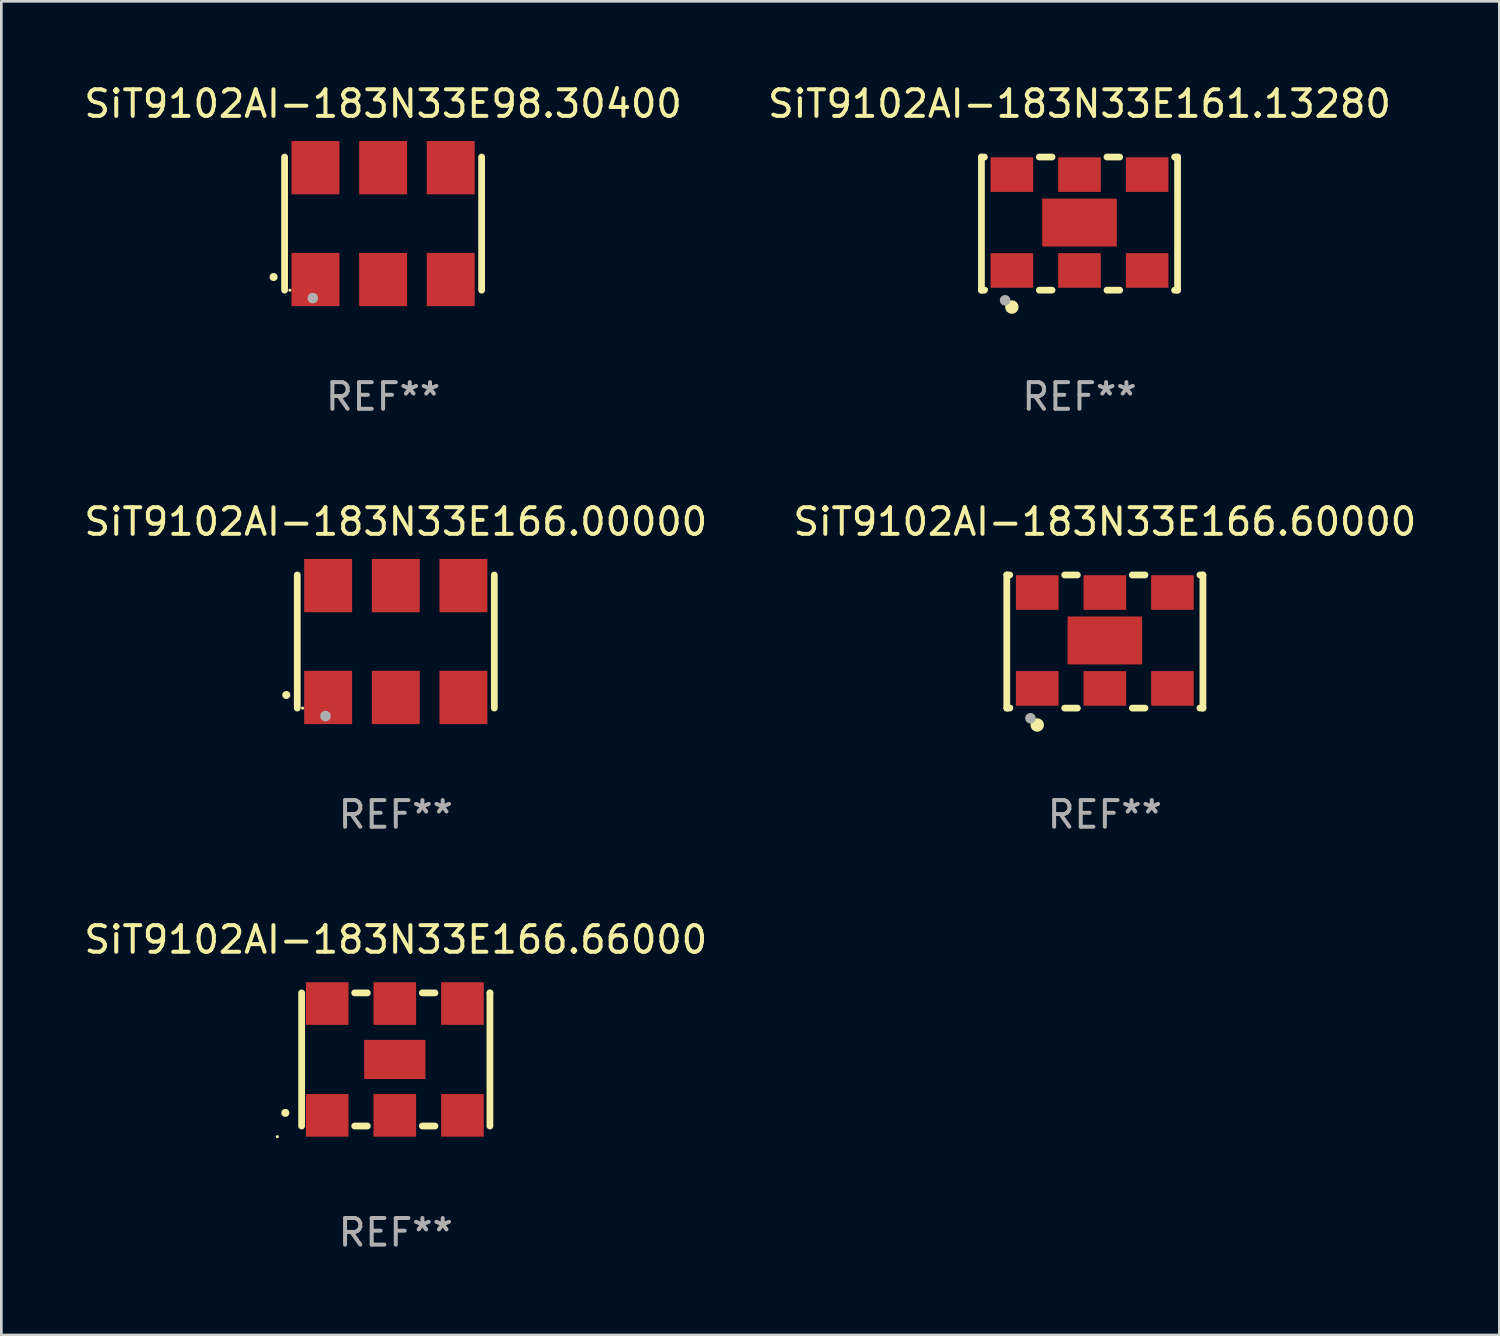
<source format=kicad_pcb>
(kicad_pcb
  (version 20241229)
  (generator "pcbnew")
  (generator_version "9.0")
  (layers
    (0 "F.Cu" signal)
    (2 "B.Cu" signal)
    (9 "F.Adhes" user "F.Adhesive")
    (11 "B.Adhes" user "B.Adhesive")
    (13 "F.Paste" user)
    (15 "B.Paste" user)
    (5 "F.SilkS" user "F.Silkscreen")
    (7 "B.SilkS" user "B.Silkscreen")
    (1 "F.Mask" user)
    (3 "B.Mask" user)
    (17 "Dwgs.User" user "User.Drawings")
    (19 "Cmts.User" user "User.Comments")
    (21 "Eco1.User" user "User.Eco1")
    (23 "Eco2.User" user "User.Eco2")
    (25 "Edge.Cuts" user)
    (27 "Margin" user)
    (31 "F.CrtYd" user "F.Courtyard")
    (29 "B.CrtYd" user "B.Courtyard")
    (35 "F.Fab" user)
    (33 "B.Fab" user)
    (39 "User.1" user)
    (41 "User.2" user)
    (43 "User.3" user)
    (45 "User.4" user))
  (footprint "SiT9102AI-183N33E98.30400"
    (layer "F.Cu")
    (at 11.339 5.348)
    (property "Reference" "SiT9102AI-183N33E98.30400" (at 0 -4.5 0) (layer "F.SilkS") (effects (font (size 1 1) (thickness 0.15))))
    (attr through_hole)
    (fp_line (start -3.7 -2.5) (end -3.7 2.5) (stroke (width 0.254) (type solid)) (layer "F.SilkS"))
    (fp_line (start 3.7 -2.5) (end 3.7 2.5) (stroke (width 0.254) (type solid)) (layer "F.SilkS"))
    (fp_arc (start -4.114415 2.006604) (mid -4.113145 2.006599) (end -4.111875 2.006604) (stroke (width 0.3) (type solid)) (layer "F.SilkS"))
    (fp_circle (center -3.5 2.501) (end -3.47 2.501) (stroke (width 0.06) (type solid)) (fill no) (layer "F.SilkS"))
    (fp_circle (center -2.641 2.799) (end -2.541 2.799) (stroke (width 0.2) (type solid)) (fill no) (layer "F.Fab"))
    (fp_text user "REF**" (at 0 6.5 0) (layer "F.Fab") (effects (font (size 1 1) (thickness 0.15))))
    (pad "1" smd rect (at -2.54 2.1) (size 1.8 2) (layers "F.Cu" "F.Mask" "F.Paste"))
    (pad "2" smd rect (at 0.000394 2.1) (size 1.8 2) (layers "F.Cu" "F.Mask" "F.Paste"))
    (pad "3" smd rect (at 2.54 2.1) (size 1.8 2) (layers "F.Cu" "F.Mask" "F.Paste"))
    (pad "4" smd rect (at 2.54 -2.1) (size 1.8 2) (layers "F.Cu" "F.Mask" "F.Paste"))
    (pad "5" smd rect (at 0.000394 -2.1) (size 1.8 2) (layers "F.Cu" "F.Mask" "F.Paste"))
    (pad "6" smd rect (at -2.54 -2.1) (size 1.8 2) (layers "F.Cu" "F.Mask" "F.Paste")))
  (footprint "SiT9102AI-183N33E166.60000"
    (layer "F.Cu")
    (at 38.446 21.045)
    (property "Reference" "SiT9102AI-183N33E166.60000" (at 0 -4.5 0) (layer "F.SilkS") (effects (font (size 1 1) (thickness 0.15))))
    (attr through_hole)
    (fp_line (start -3.683 -2.5) (end -3.571 -2.5) (stroke (width 0.254) (type solid)) (layer "F.SilkS"))
    (fp_line (start -3.683 2.5) (end -3.683 -2.5) (stroke (width 0.254) (type solid)) (layer "F.SilkS"))
    (fp_line (start -3.683 2.5) (end -3.571 2.5) (stroke (width 0.254) (type solid)) (layer "F.SilkS"))
    (fp_line (start -1.509 -2.5) (end -1.031 -2.5) (stroke (width 0.254) (type solid)) (layer "F.SilkS"))
    (fp_line (start -1.509 2.5) (end -1.031 2.5) (stroke (width 0.254) (type solid)) (layer "F.SilkS"))
    (fp_line (start 1.031 -2.5) (end 1.509 -2.5) (stroke (width 0.254) (type solid)) (layer "F.SilkS"))
    (fp_line (start 1.031 2.5) (end 1.509 2.5) (stroke (width 0.254) (type solid)) (layer "F.SilkS"))
    (fp_line (start 3.571 -2.5) (end 3.683 -2.5) (stroke (width 0.254) (type solid)) (layer "F.SilkS"))
    (fp_line (start 3.571 2.5) (end 3.683 2.5) (stroke (width 0.254) (type solid)) (layer "F.SilkS"))
    (fp_line (start 3.683 2.5) (end 3.683 -2.5) (stroke (width 0.254) (type solid)) (layer "F.SilkS"))
    (fp_circle (center -3.5 2.46) (end -3.47 2.46) (stroke (width 0.06) (type solid)) (fill no) (layer "F.SilkS"))
    (fp_circle (center -2.54 3.135) (end -2.413 3.135) (stroke (width 0.254) (type solid)) (fill no) (layer "F.SilkS"))
    (fp_circle (center -2.794 2.881) (end -2.694 2.881) (stroke (width 0.2) (type solid)) (fill no) (layer "F.Fab"))
    (fp_text user "REF**" (at 0 6.5 0) (layer "F.Fab") (effects (font (size 1 1) (thickness 0.15))))
    (pad "1" smd rect (at -2.54 1.76) (size 1.6 1.3) (layers "F.Cu" "F.Mask" "F.Paste"))
    (pad "2" smd rect (at 0 1.76) (size 1.6 1.3) (layers "F.Cu" "F.Mask" "F.Paste"))
    (pad "3" smd rect (at 2.54 1.76) (size 1.6 1.3) (layers "F.Cu" "F.Mask" "F.Paste"))
    (pad "4" smd rect (at 2.54 -1.84) (size 1.6 1.3) (layers "F.Cu" "F.Mask" "F.Paste"))
    (pad "5" smd rect (at 0 -1.84) (size 1.6 1.3) (layers "F.Cu" "F.Mask" "F.Paste"))
    (pad "6" smd rect (at -2.54 -1.84) (size 1.6 1.3) (layers "F.Cu" "F.Mask" "F.Paste"))
    (pad "7" smd rect (at 0 -0.04) (size 2.8 1.8) (layers "F.Cu" "F.Mask" "F.Paste")))
  (footprint "SiT9102AI-183N33E166.00000"
    (layer "F.Cu")
    (at 11.815 21.045)
    (property "Reference" "SiT9102AI-183N33E166.00000" (at 0 -4.5 0) (layer "F.SilkS") (effects (font (size 1 1) (thickness 0.15))))
    (attr through_hole)
    (fp_line (start -3.7 -2.5) (end -3.7 2.5) (stroke (width 0.254) (type solid)) (layer "F.SilkS"))
    (fp_line (start 3.7 -2.5) (end 3.7 2.5) (stroke (width 0.254) (type solid)) (layer "F.SilkS"))
    (fp_arc (start -4.114415 2.006604) (mid -4.113145 2.006599) (end -4.111875 2.006604) (stroke (width 0.3) (type solid)) (layer "F.SilkS"))
    (fp_circle (center -3.5 2.501) (end -3.47 2.501) (stroke (width 0.06) (type solid)) (fill no) (layer "F.SilkS"))
    (fp_circle (center -2.641 2.799) (end -2.541 2.799) (stroke (width 0.2) (type solid)) (fill no) (layer "F.Fab"))
    (fp_text user "REF**" (at 0 6.5 0) (layer "F.Fab") (effects (font (size 1 1) (thickness 0.15))))
    (pad "1" smd rect (at -2.54 2.1) (size 1.8 2) (layers "F.Cu" "F.Mask" "F.Paste"))
    (pad "2" smd rect (at 0.000394 2.1) (size 1.8 2) (layers "F.Cu" "F.Mask" "F.Paste"))
    (pad "3" smd rect (at 2.54 2.1) (size 1.8 2) (layers "F.Cu" "F.Mask" "F.Paste"))
    (pad "4" smd rect (at 2.54 -2.1) (size 1.8 2) (layers "F.Cu" "F.Mask" "F.Paste"))
    (pad "5" smd rect (at 0.000394 -2.1) (size 1.8 2) (layers "F.Cu" "F.Mask" "F.Paste"))
    (pad "6" smd rect (at -2.54 -2.1) (size 1.8 2) (layers "F.Cu" "F.Mask" "F.Paste")))
  (footprint "SiT9102AI-183N33E161.13280"
    (layer "F.Cu")
    (at 37.494 5.348)
    (property "Reference" "SiT9102AI-183N33E161.13280" (at 0 -4.5 0) (layer "F.SilkS") (effects (font (size 1 1) (thickness 0.15))))
    (attr through_hole)
    (fp_line (start -3.683 -2.5) (end -3.571 -2.5) (stroke (width 0.254) (type solid)) (layer "F.SilkS"))
    (fp_line (start -3.683 2.5) (end -3.683 -2.5) (stroke (width 0.254) (type solid)) (layer "F.SilkS"))
    (fp_line (start -3.683 2.5) (end -3.571 2.5) (stroke (width 0.254) (type solid)) (layer "F.SilkS"))
    (fp_line (start -1.509 -2.5) (end -1.031 -2.5) (stroke (width 0.254) (type solid)) (layer "F.SilkS"))
    (fp_line (start -1.509 2.5) (end -1.031 2.5) (stroke (width 0.254) (type solid)) (layer "F.SilkS"))
    (fp_line (start 1.031 -2.5) (end 1.509 -2.5) (stroke (width 0.254) (type solid)) (layer "F.SilkS"))
    (fp_line (start 1.031 2.5) (end 1.509 2.5) (stroke (width 0.254) (type solid)) (layer "F.SilkS"))
    (fp_line (start 3.571 -2.5) (end 3.683 -2.5) (stroke (width 0.254) (type solid)) (layer "F.SilkS"))
    (fp_line (start 3.571 2.5) (end 3.683 2.5) (stroke (width 0.254) (type solid)) (layer "F.SilkS"))
    (fp_line (start 3.683 2.5) (end 3.683 -2.5) (stroke (width 0.254) (type solid)) (layer "F.SilkS"))
    (fp_circle (center -3.5 2.46) (end -3.47 2.46) (stroke (width 0.06) (type solid)) (fill no) (layer "F.SilkS"))
    (fp_circle (center -2.54 3.135) (end -2.413 3.135) (stroke (width 0.254) (type solid)) (fill no) (layer "F.SilkS"))
    (fp_circle (center -2.794 2.881) (end -2.694 2.881) (stroke (width 0.2) (type solid)) (fill no) (layer "F.Fab"))
    (fp_text user "REF**" (at 0 6.5 0) (layer "F.Fab") (effects (font (size 1 1) (thickness 0.15))))
    (pad "1" smd rect (at -2.54 1.76) (size 1.6 1.3) (layers "F.Cu" "F.Mask" "F.Paste"))
    (pad "2" smd rect (at 0 1.76) (size 1.6 1.3) (layers "F.Cu" "F.Mask" "F.Paste"))
    (pad "3" smd rect (at 2.54 1.76) (size 1.6 1.3) (layers "F.Cu" "F.Mask" "F.Paste"))
    (pad "4" smd rect (at 2.54 -1.84) (size 1.6 1.3) (layers "F.Cu" "F.Mask" "F.Paste"))
    (pad "5" smd rect (at 0 -1.84) (size 1.6 1.3) (layers "F.Cu" "F.Mask" "F.Paste"))
    (pad "6" smd rect (at -2.54 -1.84) (size 1.6 1.3) (layers "F.Cu" "F.Mask" "F.Paste"))
    (pad "7" smd rect (at 0 -0.04) (size 2.8 1.8) (layers "F.Cu" "F.Mask" "F.Paste")))
  (footprint "SiT9102AI-183N33E166.66000"
    (layer "F.Cu")
    (at 11.815 36.741)
    (property "Reference" "SiT9102AI-183N33E166.66000" (at 0 -4.5 0) (layer "F.SilkS") (effects (font (size 1 1) (thickness 0.15))))
    (attr through_hole)
    (fp_line (start -3.536 -2.5) (end -3.536 2.5) (stroke (width 0.254) (type solid)) (layer "F.SilkS"))
    (fp_line (start -1.544 2.5) (end -1.067 2.5) (stroke (width 0.254) (type solid)) (layer "F.SilkS"))
    (fp_line (start -1.067 -2.5) (end -1.544 -2.5) (stroke (width 0.254) (type solid)) (layer "F.SilkS"))
    (fp_line (start 0.996 2.5) (end 1.473 2.5) (stroke (width 0.254) (type solid)) (layer "F.SilkS"))
    (fp_line (start 1.473 -2.5) (end 0.996 -2.5) (stroke (width 0.254) (type solid)) (layer "F.SilkS"))
    (fp_line (start 3.536 -2.5) (end 3.536 -2.5) (stroke (width 0.254) (type solid)) (layer "F.SilkS"))
    (fp_line (start 3.536 2.5) (end 3.536 -2.5) (stroke (width 0.254) (type solid)) (layer "F.SilkS"))
    (fp_arc (start -4.150432 2.006604) (mid -4.149162 2.006599) (end -4.147892 2.006604) (stroke (width 0.3) (type solid)) (layer "F.SilkS"))
    (fp_circle (center -4.449 2.9) (end -4.419 2.9) (stroke (width 0.06) (type solid)) (fill no) (layer "F.SilkS"))
    (fp_text user "REF**" (at 0 6.5 0) (layer "F.Fab") (effects (font (size 1 1) (thickness 0.15))))
    (pad "1" smd rect (at -2.576 2.1) (size 1.6 1.6) (layers "F.Cu" "F.Mask" "F.Paste"))
    (pad "2" smd rect (at -0.036 2.1) (size 1.6 1.6) (layers "F.Cu" "F.Mask" "F.Paste"))
    (pad "3" smd rect (at 2.504 2.1) (size 1.6 1.6) (layers "F.Cu" "F.Mask" "F.Paste"))
    (pad "4" smd rect (at 2.504 -2.1) (size 1.6 1.6) (layers "F.Cu" "F.Mask" "F.Paste"))
    (pad "5" smd rect (at -0.036 -2.1) (size 1.6 1.6) (layers "F.Cu" "F.Mask" "F.Paste"))
    (pad "6" smd rect (at -2.576 -2.1) (size 1.6 1.6) (layers "F.Cu" "F.Mask" "F.Paste"))
    (pad "7" smd rect (at -0.036 0) (size 2.3 1.47) (layers "F.Cu" "F.Mask" "F.Paste")))
  (gr_rect
    (start -3 -3)
    (end 53.262 47.09)
    (stroke (width 0.1) (type default))
    (fill no)
    (layer "Edge.Cuts")))
</source>
